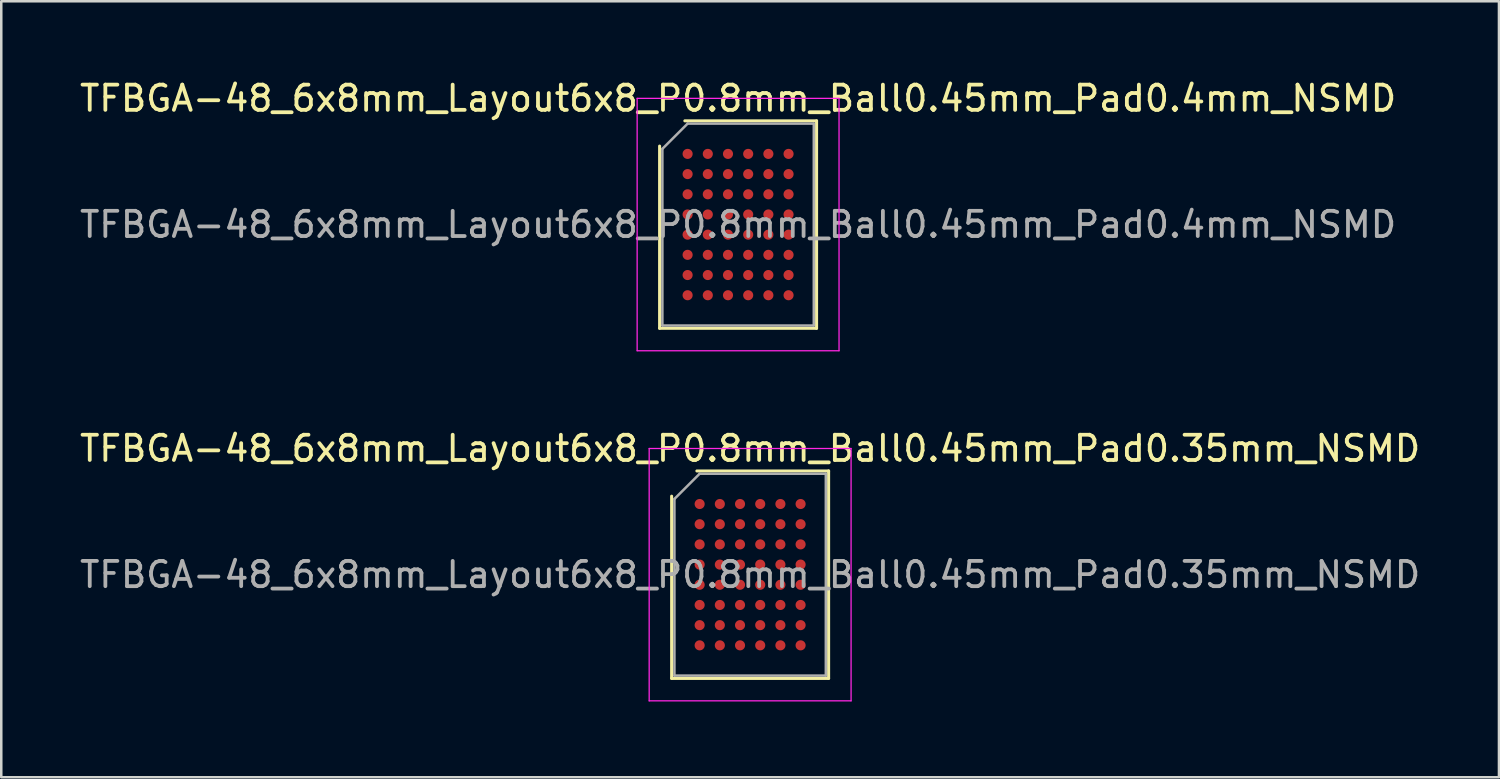
<source format=kicad_pcb>
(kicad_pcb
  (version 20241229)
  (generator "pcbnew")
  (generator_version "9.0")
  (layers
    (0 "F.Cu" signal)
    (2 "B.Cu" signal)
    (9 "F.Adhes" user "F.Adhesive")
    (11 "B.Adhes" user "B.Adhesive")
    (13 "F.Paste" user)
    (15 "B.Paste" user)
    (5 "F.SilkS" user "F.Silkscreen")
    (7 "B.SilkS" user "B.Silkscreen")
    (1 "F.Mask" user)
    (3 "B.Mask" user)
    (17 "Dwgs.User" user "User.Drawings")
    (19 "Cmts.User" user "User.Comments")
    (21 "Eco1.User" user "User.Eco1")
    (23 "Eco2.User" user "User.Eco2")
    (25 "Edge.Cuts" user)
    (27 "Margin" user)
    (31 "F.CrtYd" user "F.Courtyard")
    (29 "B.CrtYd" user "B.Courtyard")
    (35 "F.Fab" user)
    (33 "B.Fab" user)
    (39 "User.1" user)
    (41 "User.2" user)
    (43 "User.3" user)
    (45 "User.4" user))
  (footprint "TFBGA-48_6x8mm_Layout6x8_P0.8mm_Ball0.45mm_Pad0.35mm_NSMD"
    (layer "F.Cu")
    (at 26.673 19.721)
    (property "Reference" "TFBGA-48_6x8mm_Layout6x8_P0.8mm_Ball0.45mm_Pad0.35mm_NSMD" (at 0 -5 0) (layer "F.SilkS") (effects (font (size 1 1) (thickness 0.15))))
    (attr smd)
    (fp_line (start -3.11 4.11) (end -3.11 -3.11) (stroke (width 0.12) (type solid)) (layer "F.SilkS"))
    (fp_line (start -2.11 -4.11) (end 3.11 -4.11) (stroke (width 0.12) (type solid)) (layer "F.SilkS"))
    (fp_line (start 3.11 -4.11) (end 3.11 4.11) (stroke (width 0.12) (type solid)) (layer "F.SilkS"))
    (fp_line (start 3.11 4.11) (end -3.11 4.11) (stroke (width 0.12) (type solid)) (layer "F.SilkS"))
    (fp_line (start -4 -5) (end -4 5) (stroke (width 0.05) (type solid)) (layer "F.CrtYd"))
    (fp_line (start -4 5) (end 4 5) (stroke (width 0.05) (type solid)) (layer "F.CrtYd"))
    (fp_line (start 4 -5) (end -4 -5) (stroke (width 0.05) (type solid)) (layer "F.CrtYd"))
    (fp_line (start 4 5) (end 4 -5) (stroke (width 0.05) (type solid)) (layer "F.CrtYd"))
    (fp_line (start -3 -3) (end -2 -4) (stroke (width 0.1) (type solid)) (layer "F.Fab"))
    (fp_line (start -3 4) (end -3 -3) (stroke (width 0.1) (type solid)) (layer "F.Fab"))
    (fp_line (start -2 -4) (end 3 -4) (stroke (width 0.1) (type solid)) (layer "F.Fab"))
    (fp_line (start 3 -4) (end 3 4) (stroke (width 0.1) (type solid)) (layer "F.Fab"))
    (fp_line (start 3 4) (end -3 4) (stroke (width 0.1) (type solid)) (layer "F.Fab"))
    (fp_text user "${REFERENCE}" (at 0 0 0) (layer "F.Fab") (effects (font (size 1 1) (thickness 0.15))))
    (pad "A1" smd circle (at -2 -2.8) (size 0.4 0.4) (layers "F.Cu" "F.Mask" "F.Paste"))
    (pad "A2" smd circle (at -1.2 -2.8) (size 0.4 0.4) (layers "F.Cu" "F.Mask" "F.Paste"))
    (pad "A3" smd circle (at -0.4 -2.8) (size 0.4 0.4) (layers "F.Cu" "F.Mask" "F.Paste"))
    (pad "A4" smd circle (at 0.4 -2.8) (size 0.4 0.4) (layers "F.Cu" "F.Mask" "F.Paste"))
    (pad "A5" smd circle (at 1.2 -2.8) (size 0.4 0.4) (layers "F.Cu" "F.Mask" "F.Paste"))
    (pad "A6" smd circle (at 2 -2.8) (size 0.4 0.4) (layers "F.Cu" "F.Mask" "F.Paste"))
    (pad "B1" smd circle (at -2 -2) (size 0.4 0.4) (layers "F.Cu" "F.Mask" "F.Paste"))
    (pad "B2" smd circle (at -1.2 -2) (size 0.4 0.4) (layers "F.Cu" "F.Mask" "F.Paste"))
    (pad "B3" smd circle (at -0.4 -2) (size 0.4 0.4) (layers "F.Cu" "F.Mask" "F.Paste"))
    (pad "B4" smd circle (at 0.4 -2) (size 0.4 0.4) (layers "F.Cu" "F.Mask" "F.Paste"))
    (pad "B5" smd circle (at 1.2 -2) (size 0.4 0.4) (layers "F.Cu" "F.Mask" "F.Paste"))
    (pad "B6" smd circle (at 2 -2) (size 0.4 0.4) (layers "F.Cu" "F.Mask" "F.Paste"))
    (pad "C1" smd circle (at -2 -1.2) (size 0.4 0.4) (layers "F.Cu" "F.Mask" "F.Paste"))
    (pad "C2" smd circle (at -1.2 -1.2) (size 0.4 0.4) (layers "F.Cu" "F.Mask" "F.Paste"))
    (pad "C3" smd circle (at -0.4 -1.2) (size 0.4 0.4) (layers "F.Cu" "F.Mask" "F.Paste"))
    (pad "C4" smd circle (at 0.4 -1.2) (size 0.4 0.4) (layers "F.Cu" "F.Mask" "F.Paste"))
    (pad "C5" smd circle (at 1.2 -1.2) (size 0.4 0.4) (layers "F.Cu" "F.Mask" "F.Paste"))
    (pad "C6" smd circle (at 2 -1.2) (size 0.4 0.4) (layers "F.Cu" "F.Mask" "F.Paste"))
    (pad "D1" smd circle (at -2 -0.4) (size 0.4 0.4) (layers "F.Cu" "F.Mask" "F.Paste"))
    (pad "D2" smd circle (at -1.2 -0.4) (size 0.4 0.4) (layers "F.Cu" "F.Mask" "F.Paste"))
    (pad "D3" smd circle (at -0.4 -0.4) (size 0.4 0.4) (layers "F.Cu" "F.Mask" "F.Paste"))
    (pad "D4" smd circle (at 0.4 -0.4) (size 0.4 0.4) (layers "F.Cu" "F.Mask" "F.Paste"))
    (pad "D5" smd circle (at 1.2 -0.4) (size 0.4 0.4) (layers "F.Cu" "F.Mask" "F.Paste"))
    (pad "D6" smd circle (at 2 -0.4) (size 0.4 0.4) (layers "F.Cu" "F.Mask" "F.Paste"))
    (pad "E1" smd circle (at -2 0.4) (size 0.4 0.4) (layers "F.Cu" "F.Mask" "F.Paste"))
    (pad "E2" smd circle (at -1.2 0.4) (size 0.4 0.4) (layers "F.Cu" "F.Mask" "F.Paste"))
    (pad "E3" smd circle (at -0.4 0.4) (size 0.4 0.4) (layers "F.Cu" "F.Mask" "F.Paste"))
    (pad "E4" smd circle (at 0.4 0.4) (size 0.4 0.4) (layers "F.Cu" "F.Mask" "F.Paste"))
    (pad "E5" smd circle (at 1.2 0.4) (size 0.4 0.4) (layers "F.Cu" "F.Mask" "F.Paste"))
    (pad "E6" smd circle (at 2 0.4) (size 0.4 0.4) (layers "F.Cu" "F.Mask" "F.Paste"))
    (pad "F1" smd circle (at -2 1.2) (size 0.4 0.4) (layers "F.Cu" "F.Mask" "F.Paste"))
    (pad "F2" smd circle (at -1.2 1.2) (size 0.4 0.4) (layers "F.Cu" "F.Mask" "F.Paste"))
    (pad "F3" smd circle (at -0.4 1.2) (size 0.4 0.4) (layers "F.Cu" "F.Mask" "F.Paste"))
    (pad "F4" smd circle (at 0.4 1.2) (size 0.4 0.4) (layers "F.Cu" "F.Mask" "F.Paste"))
    (pad "F5" smd circle (at 1.2 1.2) (size 0.4 0.4) (layers "F.Cu" "F.Mask" "F.Paste"))
    (pad "F6" smd circle (at 2 1.2) (size 0.4 0.4) (layers "F.Cu" "F.Mask" "F.Paste"))
    (pad "G1" smd circle (at -2 2) (size 0.4 0.4) (layers "F.Cu" "F.Mask" "F.Paste"))
    (pad "G2" smd circle (at -1.2 2) (size 0.4 0.4) (layers "F.Cu" "F.Mask" "F.Paste"))
    (pad "G3" smd circle (at -0.4 2) (size 0.4 0.4) (layers "F.Cu" "F.Mask" "F.Paste"))
    (pad "G4" smd circle (at 0.4 2) (size 0.4 0.4) (layers "F.Cu" "F.Mask" "F.Paste"))
    (pad "G5" smd circle (at 1.2 2) (size 0.4 0.4) (layers "F.Cu" "F.Mask" "F.Paste"))
    (pad "G6" smd circle (at 2 2) (size 0.4 0.4) (layers "F.Cu" "F.Mask" "F.Paste"))
    (pad "H1" smd circle (at -2 2.8) (size 0.4 0.4) (layers "F.Cu" "F.Mask" "F.Paste"))
    (pad "H2" smd circle (at -1.2 2.8) (size 0.4 0.4) (layers "F.Cu" "F.Mask" "F.Paste"))
    (pad "H3" smd circle (at -0.4 2.8) (size 0.4 0.4) (layers "F.Cu" "F.Mask" "F.Paste"))
    (pad "H4" smd circle (at 0.4 2.8) (size 0.4 0.4) (layers "F.Cu" "F.Mask" "F.Paste"))
    (pad "H5" smd circle (at 1.2 2.8) (size 0.4 0.4) (layers "F.Cu" "F.Mask" "F.Paste"))
    (pad "H6" smd circle (at 2 2.8) (size 0.4 0.4) (layers "F.Cu" "F.Mask" "F.Paste")))
  (footprint "TFBGA-48_6x8mm_Layout6x8_P0.8mm_Ball0.45mm_Pad0.4mm_NSMD"
    (layer "F.Cu")
    (at 26.196 5.848)
    (property "Reference" "TFBGA-48_6x8mm_Layout6x8_P0.8mm_Ball0.45mm_Pad0.4mm_NSMD" (at 0 -5 0) (layer "F.SilkS") (effects (font (size 1 1) (thickness 0.15))))
    (attr smd)
    (fp_line (start -3.11 4.11) (end -3.11 -3.11) (stroke (width 0.12) (type solid)) (layer "F.SilkS"))
    (fp_line (start -2.11 -4.11) (end 3.11 -4.11) (stroke (width 0.12) (type solid)) (layer "F.SilkS"))
    (fp_line (start 3.11 -4.11) (end 3.11 4.11) (stroke (width 0.12) (type solid)) (layer "F.SilkS"))
    (fp_line (start 3.11 4.11) (end -3.11 4.11) (stroke (width 0.12) (type solid)) (layer "F.SilkS"))
    (fp_line (start -4 -5) (end -4 5) (stroke (width 0.05) (type solid)) (layer "F.CrtYd"))
    (fp_line (start -4 5) (end 4 5) (stroke (width 0.05) (type solid)) (layer "F.CrtYd"))
    (fp_line (start 4 -5) (end -4 -5) (stroke (width 0.05) (type solid)) (layer "F.CrtYd"))
    (fp_line (start 4 5) (end 4 -5) (stroke (width 0.05) (type solid)) (layer "F.CrtYd"))
    (fp_line (start -3 -3) (end -2 -4) (stroke (width 0.1) (type solid)) (layer "F.Fab"))
    (fp_line (start -3 4) (end -3 -3) (stroke (width 0.1) (type solid)) (layer "F.Fab"))
    (fp_line (start -2 -4) (end 3 -4) (stroke (width 0.1) (type solid)) (layer "F.Fab"))
    (fp_line (start 3 -4) (end 3 4) (stroke (width 0.1) (type solid)) (layer "F.Fab"))
    (fp_line (start 3 4) (end -3 4) (stroke (width 0.1) (type solid)) (layer "F.Fab"))
    (fp_text user "${REFERENCE}" (at 0 0 0) (layer "F.Fab") (effects (font (size 1 1) (thickness 0.15))))
    (pad "A1" smd circle (at -2 -2.8) (size 0.4 0.4) (layers "F.Cu" "F.Mask" "F.Paste"))
    (pad "A2" smd circle (at -1.2 -2.8) (size 0.4 0.4) (layers "F.Cu" "F.Mask" "F.Paste"))
    (pad "A3" smd circle (at -0.4 -2.8) (size 0.4 0.4) (layers "F.Cu" "F.Mask" "F.Paste"))
    (pad "A4" smd circle (at 0.4 -2.8) (size 0.4 0.4) (layers "F.Cu" "F.Mask" "F.Paste"))
    (pad "A5" smd circle (at 1.2 -2.8) (size 0.4 0.4) (layers "F.Cu" "F.Mask" "F.Paste"))
    (pad "A6" smd circle (at 2 -2.8) (size 0.4 0.4) (layers "F.Cu" "F.Mask" "F.Paste"))
    (pad "B1" smd circle (at -2 -2) (size 0.4 0.4) (layers "F.Cu" "F.Mask" "F.Paste"))
    (pad "B2" smd circle (at -1.2 -2) (size 0.4 0.4) (layers "F.Cu" "F.Mask" "F.Paste"))
    (pad "B3" smd circle (at -0.4 -2) (size 0.4 0.4) (layers "F.Cu" "F.Mask" "F.Paste"))
    (pad "B4" smd circle (at 0.4 -2) (size 0.4 0.4) (layers "F.Cu" "F.Mask" "F.Paste"))
    (pad "B5" smd circle (at 1.2 -2) (size 0.4 0.4) (layers "F.Cu" "F.Mask" "F.Paste"))
    (pad "B6" smd circle (at 2 -2) (size 0.4 0.4) (layers "F.Cu" "F.Mask" "F.Paste"))
    (pad "C1" smd circle (at -2 -1.2) (size 0.4 0.4) (layers "F.Cu" "F.Mask" "F.Paste"))
    (pad "C2" smd circle (at -1.2 -1.2) (size 0.4 0.4) (layers "F.Cu" "F.Mask" "F.Paste"))
    (pad "C3" smd circle (at -0.4 -1.2) (size 0.4 0.4) (layers "F.Cu" "F.Mask" "F.Paste"))
    (pad "C4" smd circle (at 0.4 -1.2) (size 0.4 0.4) (layers "F.Cu" "F.Mask" "F.Paste"))
    (pad "C5" smd circle (at 1.2 -1.2) (size 0.4 0.4) (layers "F.Cu" "F.Mask" "F.Paste"))
    (pad "C6" smd circle (at 2 -1.2) (size 0.4 0.4) (layers "F.Cu" "F.Mask" "F.Paste"))
    (pad "D1" smd circle (at -2 -0.4) (size 0.4 0.4) (layers "F.Cu" "F.Mask" "F.Paste"))
    (pad "D2" smd circle (at -1.2 -0.4) (size 0.4 0.4) (layers "F.Cu" "F.Mask" "F.Paste"))
    (pad "D3" smd circle (at -0.4 -0.4) (size 0.4 0.4) (layers "F.Cu" "F.Mask" "F.Paste"))
    (pad "D4" smd circle (at 0.4 -0.4) (size 0.4 0.4) (layers "F.Cu" "F.Mask" "F.Paste"))
    (pad "D5" smd circle (at 1.2 -0.4) (size 0.4 0.4) (layers "F.Cu" "F.Mask" "F.Paste"))
    (pad "D6" smd circle (at 2 -0.4) (size 0.4 0.4) (layers "F.Cu" "F.Mask" "F.Paste"))
    (pad "E1" smd circle (at -2 0.4) (size 0.4 0.4) (layers "F.Cu" "F.Mask" "F.Paste"))
    (pad "E2" smd circle (at -1.2 0.4) (size 0.4 0.4) (layers "F.Cu" "F.Mask" "F.Paste"))
    (pad "E3" smd circle (at -0.4 0.4) (size 0.4 0.4) (layers "F.Cu" "F.Mask" "F.Paste"))
    (pad "E4" smd circle (at 0.4 0.4) (size 0.4 0.4) (layers "F.Cu" "F.Mask" "F.Paste"))
    (pad "E5" smd circle (at 1.2 0.4) (size 0.4 0.4) (layers "F.Cu" "F.Mask" "F.Paste"))
    (pad "E6" smd circle (at 2 0.4) (size 0.4 0.4) (layers "F.Cu" "F.Mask" "F.Paste"))
    (pad "F1" smd circle (at -2 1.2) (size 0.4 0.4) (layers "F.Cu" "F.Mask" "F.Paste"))
    (pad "F2" smd circle (at -1.2 1.2) (size 0.4 0.4) (layers "F.Cu" "F.Mask" "F.Paste"))
    (pad "F3" smd circle (at -0.4 1.2) (size 0.4 0.4) (layers "F.Cu" "F.Mask" "F.Paste"))
    (pad "F4" smd circle (at 0.4 1.2) (size 0.4 0.4) (layers "F.Cu" "F.Mask" "F.Paste"))
    (pad "F5" smd circle (at 1.2 1.2) (size 0.4 0.4) (layers "F.Cu" "F.Mask" "F.Paste"))
    (pad "F6" smd circle (at 2 1.2) (size 0.4 0.4) (layers "F.Cu" "F.Mask" "F.Paste"))
    (pad "G1" smd circle (at -2 2) (size 0.4 0.4) (layers "F.Cu" "F.Mask" "F.Paste"))
    (pad "G2" smd circle (at -1.2 2) (size 0.4 0.4) (layers "F.Cu" "F.Mask" "F.Paste"))
    (pad "G3" smd circle (at -0.4 2) (size 0.4 0.4) (layers "F.Cu" "F.Mask" "F.Paste"))
    (pad "G4" smd circle (at 0.4 2) (size 0.4 0.4) (layers "F.Cu" "F.Mask" "F.Paste"))
    (pad "G5" smd circle (at 1.2 2) (size 0.4 0.4) (layers "F.Cu" "F.Mask" "F.Paste"))
    (pad "G6" smd circle (at 2 2) (size 0.4 0.4) (layers "F.Cu" "F.Mask" "F.Paste"))
    (pad "H1" smd circle (at -2 2.8) (size 0.4 0.4) (layers "F.Cu" "F.Mask" "F.Paste"))
    (pad "H2" smd circle (at -1.2 2.8) (size 0.4 0.4) (layers "F.Cu" "F.Mask" "F.Paste"))
    (pad "H3" smd circle (at -0.4 2.8) (size 0.4 0.4) (layers "F.Cu" "F.Mask" "F.Paste"))
    (pad "H4" smd circle (at 0.4 2.8) (size 0.4 0.4) (layers "F.Cu" "F.Mask" "F.Paste"))
    (pad "H5" smd circle (at 1.2 2.8) (size 0.4 0.4) (layers "F.Cu" "F.Mask" "F.Paste"))
    (pad "H6" smd circle (at 2 2.8) (size 0.4 0.4) (layers "F.Cu" "F.Mask" "F.Paste")))
  (gr_rect
    (start -3 -3)
    (end 56.345 27.747)
    (stroke (width 0.1) (type default))
    (fill no)
    (layer "Edge.Cuts")))
</source>
